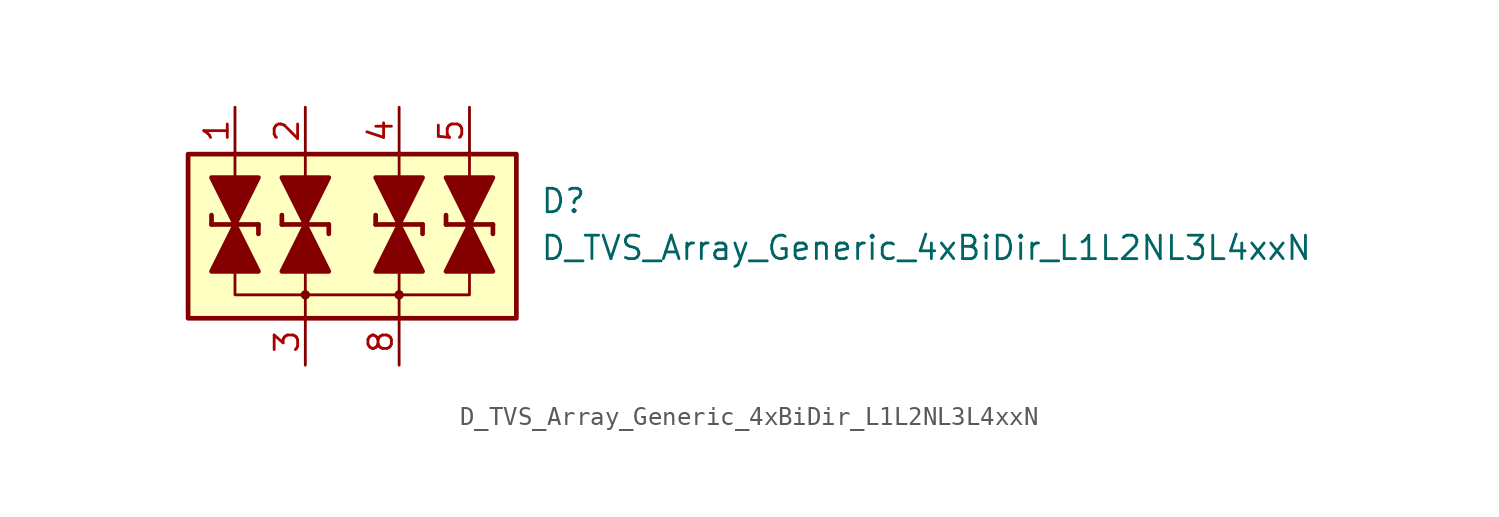
<source format=kicad_sym>
(kicad_symbol_lib
  (version 20211014)
  (generator kicad_symbol_editor)
  (symbol "D_TVS_Array_Generic_4xBiDir_L1L2NL3L4xxN"
    (pin_names
      (offset 1.016) hide)
    (property "Reference" "D"
      (at 10.16 1.27 0)
      (effects (font (size 1.27 1.27)) (justify left)))
    (property "Value" "D_TVS_Array_Generic_4xBiDir_L1L2NL3L4xxN"
      (at 10.16 -1.27 0)
      (effects (font (size 1.27 1.27)) (justify left)))
    (symbol "D_TVS_Array_Generic_4xBiDir_L1L2NL3L4xxN_0_1"
      (rectangle (start -8.89 3.81) (end 8.89 -5.08) (stroke (width 0.254) (type default) (color 0 0 0 0)) (fill (type background)))
      (polyline (pts (xy -6.35 2.54) (xy -6.35 1.27)) (stroke (width 0) (type default) (color 0 0 0 0)) (fill (type none)))
      (polyline (pts (xy -6.35 2.54) (xy -6.35 3.81)) (stroke (width 0) (type default) (color 0 0 0 0)) (fill (type none)))
      (polyline (pts (xy -2.54 -5.08) (xy -2.54 -3.81)) (stroke (width 0) (type default) (color 0 0 0 0)) (fill (type none)))
      (polyline (pts (xy -2.54 -2.54) (xy -2.54 -3.81)) (stroke (width 0) (type default) (color 0 0 0 0)) (fill (type none)))
      (polyline (pts (xy -2.54 2.54) (xy -2.54 1.27)) (stroke (width 0) (type default) (color 0 0 0 0)) (fill (type none)))
      (polyline (pts (xy -2.54 2.54) (xy -2.54 3.81)) (stroke (width 0) (type default) (color 0 0 0 0)) (fill (type none)))
      (polyline (pts (xy 2.54 -5.08) (xy 2.54 -3.81)) (stroke (width 0) (type default) (color 0 0 0 0)) (fill (type none)))
      (polyline (pts (xy 2.54 -2.54) (xy 2.54 -3.81)) (stroke (width 0) (type default) (color 0 0 0 0)) (fill (type none)))
      (polyline (pts (xy 2.54 2.54) (xy 2.54 1.27)) (stroke (width 0) (type default) (color 0 0 0 0)) (fill (type none)))
      (polyline (pts (xy 2.54 2.54) (xy 2.54 3.81)) (stroke (width 0) (type default) (color 0 0 0 0)) (fill (type none)))
      (polyline (pts (xy 6.35 2.54) (xy 6.35 1.27)) (stroke (width 0) (type default) (color 0 0 0 0)) (fill (type none)))
      (polyline (pts (xy 6.35 2.54) (xy 6.35 3.81)) (stroke (width 0) (type default) (color 0 0 0 0)) (fill (type none)))
      (polyline (pts (xy -6.35 -2.54) (xy -6.35 -3.81) (xy 6.35 -3.81) (xy 6.35 -2.54)) (stroke (width 0) (type default) (color 0 0 0 0)) (fill (type none))))
    (symbol "D_TVS_Array_Generic_4xBiDir_L1L2NL3L4xxN_1_1"
      (circle (center -2.54 -3.81) (radius 0.178) (stroke (width 0) (type default) (color 0 0 0 0)) (fill (type outline)))
      (polyline (pts (xy -7.62 0) (xy -7.62 0.508)) (stroke (width 0.254) (type default) (color 0 0 0 0)) (fill (type none)))
      (polyline (pts (xy -7.62 0) (xy -5.08 0)) (stroke (width 0.254) (type default) (color 0 0 0 0)) (fill (type none)))
      (polyline (pts (xy -6.35 1.27) (xy -6.35 -1.27)) (stroke (width 0) (type default) (color 0 0 0 0)) (fill (type none)))
      (polyline (pts (xy -5.08 0) (xy -5.08 -0.508)) (stroke (width 0.254) (type default) (color 0 0 0 0)) (fill (type none)))
      (polyline (pts (xy -3.81 0) (xy -3.81 0.508)) (stroke (width 0.254) (type default) (color 0 0 0 0)) (fill (type none)))
      (polyline (pts (xy -3.81 0) (xy -1.27 0)) (stroke (width 0.254) (type default) (color 0 0 0 0)) (fill (type none)))
      (polyline (pts (xy -2.54 1.27) (xy -2.54 -1.27)) (stroke (width 0) (type default) (color 0 0 0 0)) (fill (type none)))
      (polyline (pts (xy -1.27 0) (xy -1.27 -0.508)) (stroke (width 0.254) (type default) (color 0 0 0 0)) (fill (type none)))
      (polyline (pts (xy 1.27 0) (xy 1.27 0.508)) (stroke (width 0.254) (type default) (color 0 0 0 0)) (fill (type none)))
      (polyline (pts (xy 1.27 0) (xy 3.81 0)) (stroke (width 0.254) (type default) (color 0 0 0 0)) (fill (type none)))
      (polyline (pts (xy 2.54 1.27) (xy 2.54 -1.27)) (stroke (width 0) (type default) (color 0 0 0 0)) (fill (type none)))
      (polyline (pts (xy 3.81 0) (xy 3.81 -0.508)) (stroke (width 0.254) (type default) (color 0 0 0 0)) (fill (type none)))
      (polyline (pts (xy 5.08 0) (xy 5.08 0.508)) (stroke (width 0.254) (type default) (color 0 0 0 0)) (fill (type none)))
      (polyline (pts (xy 5.08 0) (xy 7.62 0)) (stroke (width 0.254) (type default) (color 0 0 0 0)) (fill (type none)))
      (polyline (pts (xy 6.35 1.27) (xy 6.35 -1.27)) (stroke (width 0) (type default) (color 0 0 0 0)) (fill (type none)))
      (polyline (pts (xy 7.62 0) (xy 7.62 -0.508)) (stroke (width 0.254) (type default) (color 0 0 0 0)) (fill (type none)))
      (polyline (pts (xy -7.62 2.54) (xy -5.08 2.54) (xy -6.35 0) (xy -7.62 2.54)) (stroke (width 0.254) (type default) (color 0 0 0 0)) (fill (type outline)))
      (polyline (pts (xy -6.35 0) (xy -7.62 -2.54) (xy -5.08 -2.54) (xy -6.35 0)) (stroke (width 0.254) (type default) (color 0 0 0 0)) (fill (type outline)))
      (polyline (pts (xy -3.81 2.54) (xy -1.27 2.54) (xy -2.54 0) (xy -3.81 2.54)) (stroke (width 0.254) (type default) (color 0 0 0 0)) (fill (type outline)))
      (polyline (pts (xy -2.54 0) (xy -3.81 -2.54) (xy -1.27 -2.54) (xy -2.54 0)) (stroke (width 0.254) (type default) (color 0 0 0 0)) (fill (type outline)))
      (polyline (pts (xy 1.27 2.54) (xy 3.81 2.54) (xy 2.54 0) (xy 1.27 2.54)) (stroke (width 0.254) (type default) (color 0 0 0 0)) (fill (type outline)))
      (polyline (pts (xy 2.54 0) (xy 1.27 -2.54) (xy 3.81 -2.54) (xy 2.54 0)) (stroke (width 0.254) (type default) (color 0 0 0 0)) (fill (type outline)))
      (polyline (pts (xy 5.08 2.54) (xy 7.62 2.54) (xy 6.35 0) (xy 5.08 2.54)) (stroke (width 0.254) (type default) (color 0 0 0 0)) (fill (type outline)))
      (polyline (pts (xy 6.35 0) (xy 5.08 -2.54) (xy 7.62 -2.54) (xy 6.35 0)) (stroke (width 0.254) (type default) (color 0 0 0 0)) (fill (type outline)))
      (circle (center 2.54 -3.81) (radius 0.178) (stroke (width 0) (type default) (color 0 0 0 0)) (fill (type outline)))
      (pin passive line (at -6.35 6.35 270) (length 2.54) (name "L1" (effects (font (size 1.27 1.27)))) (number "1" (effects (font (size 1.27 1.27)))))
      (pin passive line (at -2.54 6.35 270) (length 2.54) (name "L2" (effects (font (size 1.27 1.27)))) (number "2" (effects (font (size 1.27 1.27)))))
      (pin passive line (at -2.54 -7.62 90) (length 2.54) (name "VN" (effects (font (size 1.27 1.27)))) (number "3" (effects (font (size 1.27 1.27)))))
      (pin passive line (at 2.54 6.35 270) (length 2.54) (name "L3" (effects (font (size 1.27 1.27)))) (number "4" (effects (font (size 1.27 1.27)))))
      (pin passive line (at 6.35 6.35 270) (length 2.54) (name "L4" (effects (font (size 1.27 1.27)))) (number "5" (effects (font (size 1.27 1.27)))))
      (pin no_connect line (at 3.81 1.27 0) (length 2.54) hide (name "NC" (effects (font (size 1.27 1.27)))) (number "6" (effects (font (size 1.27 1.27)))))
      (pin no_connect line (at 3.81 -1.27 0) (length 2.54) hide (name "NC" (effects (font (size 1.27 1.27)))) (number "7" (effects (font (size 1.27 1.27)))))
      (pin passive line (at 2.54 -7.62 90) (length 2.54) (name "VN" (effects (font (size 1.27 1.27)))) (number "8" (effects (font (size 1.27 1.27))))))))
</source>
